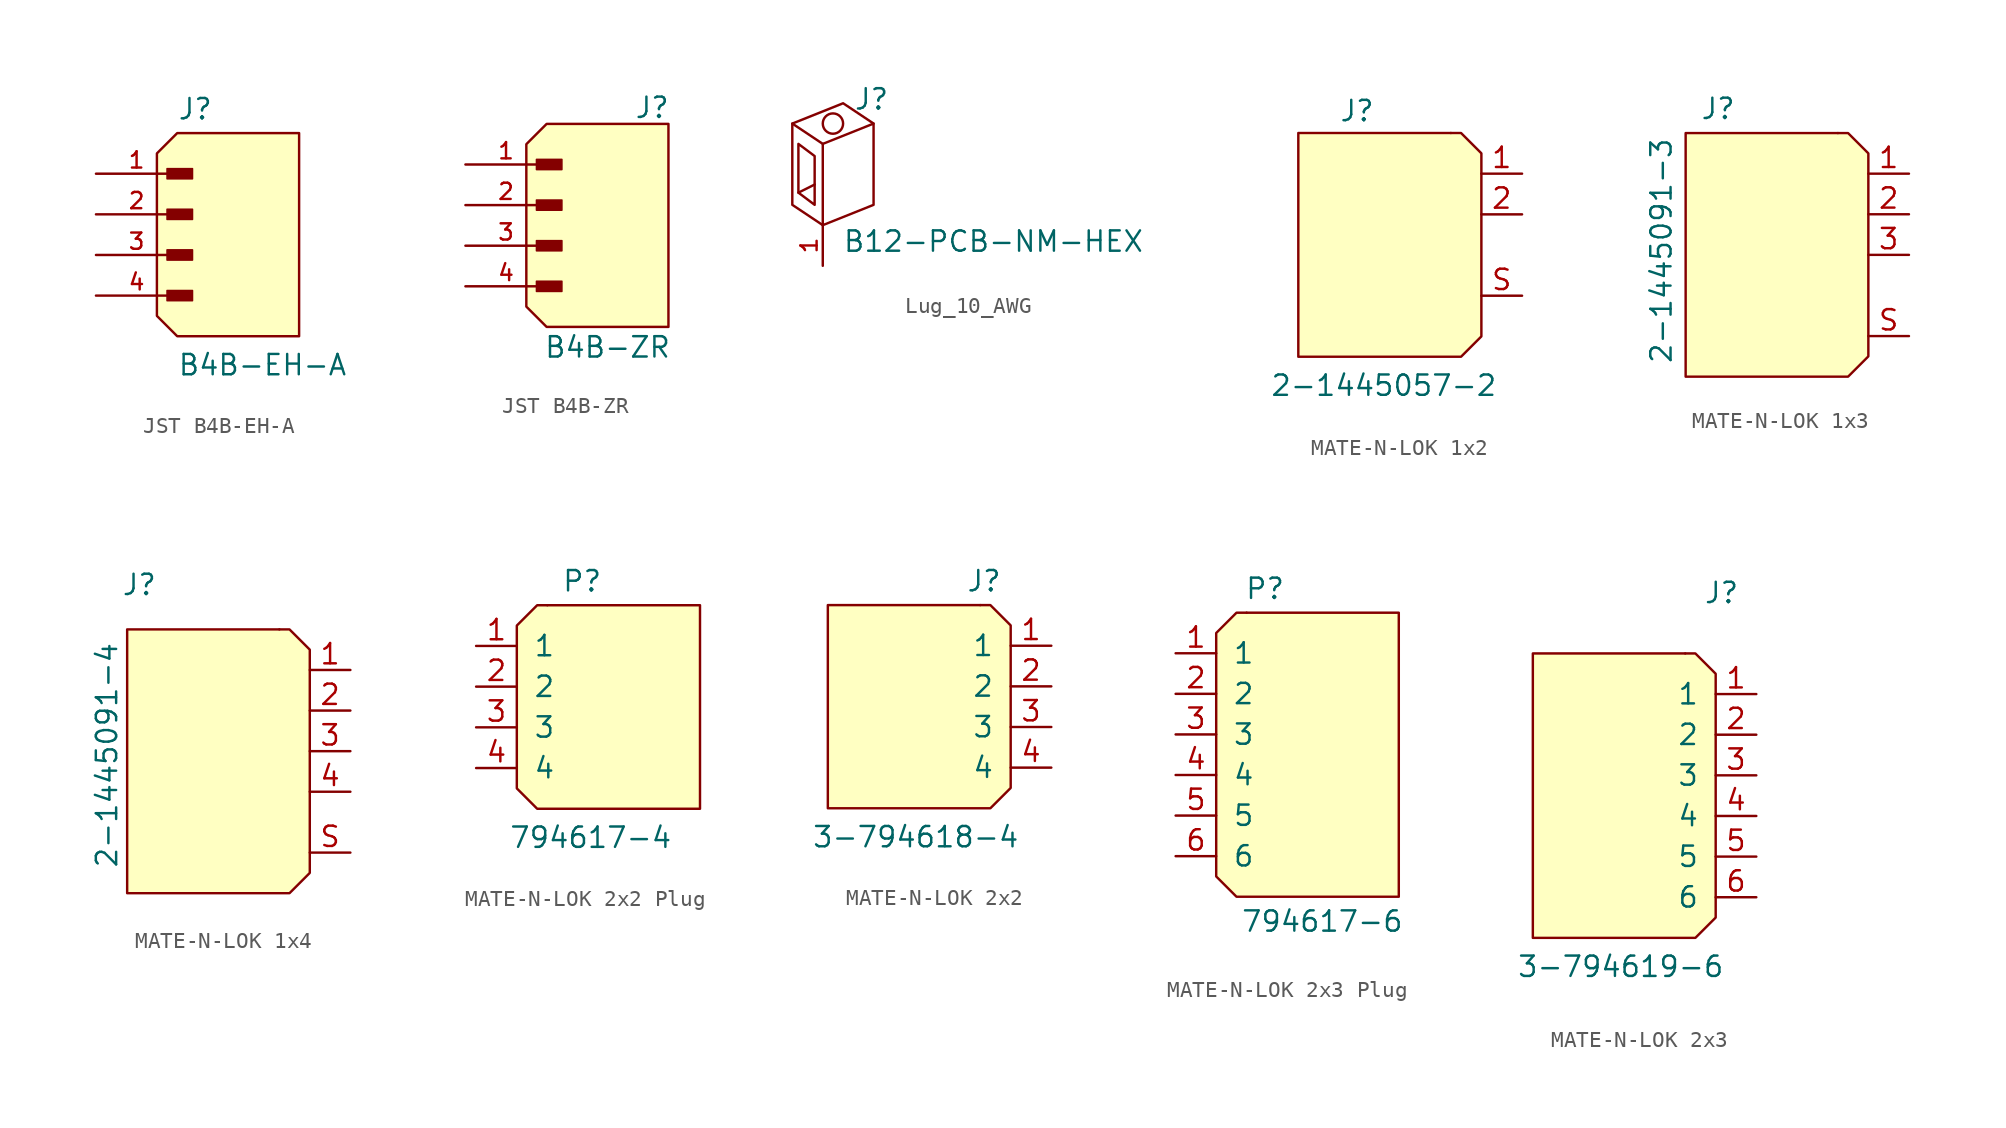
<source format=kicad_sym>
(kicad_symbol_lib
  (version 20231120)
  (generator "kicad_symbol_editor")
  (generator_version "8.0")
  (symbol "JST B4B-EH-A"
    (pin_names
      (offset 1.016) hide)
    (property "Reference" "J"
      (at -2.54 8.382 0)
      (effects (font (size 1.27 1.27)) (justify left bottom)))
    (property "Value" "B4B-EH-A"
      (at -2.54 -7.62 0)
      (effects (font (size 1.27 1.27)) (justify left bottom)))
    (symbol "JST B4B-EH-A_0_0"
      (rectangle (start -3.175 -2.857) (end -1.587 -2.223) (stroke (width 0.1) (type default)) (fill (type outline)))
      (rectangle (start -3.175 -0.318) (end -1.587 0.318) (stroke (width 0.1) (type default)) (fill (type outline)))
      (rectangle (start -3.175 2.223) (end -1.587 2.857) (stroke (width 0.1) (type default)) (fill (type outline)))
      (rectangle (start -3.175 4.763) (end -1.587 5.397) (stroke (width 0.1) (type default)) (fill (type outline)))
      (pin passive line (at -7.62 5.08 0) (length 5.08) (name "1" (effects (font (size 1.016 1.016)))) (number "1" (effects (font (size 1.016 1.016)))))
      (pin passive line (at -7.62 2.54 0) (length 5.08) (name "2" (effects (font (size 1.016 1.016)))) (number "2" (effects (font (size 1.016 1.016)))))
      (pin passive line (at -7.62 0 0) (length 5.08) (name "3" (effects (font (size 1.016 1.016)))) (number "3" (effects (font (size 1.016 1.016)))))
      (pin passive line (at -7.62 -2.54 0) (length 5.08) (name "4" (effects (font (size 1.016 1.016)))) (number "4" (effects (font (size 1.016 1.016))))))
    (symbol "JST B4B-EH-A_1_1"
      (polyline (pts (xy 5.08 7.62) (xy -2.54 7.62) (xy -3.81 6.35) (xy -3.81 -3.81) (xy -2.54 -5.08) (xy 5.08 -5.08) (xy 5.08 7.62)) (stroke (width 0) (type default)) (fill (type background)))))
  (symbol "JST B4B-ZR"
    (pin_names
      (offset 1.016) hide)
    (property "Reference" "J"
      (at 2.794 7.366 0)
      (effects (font (size 1.27 1.27))))
    (property "Value" "B4B-ZR"
      (at 0 -7.62 0)
      (effects (font (size 1.27 1.27))))
    (symbol "JST B4B-ZR_0_0"
      (rectangle (start -4.445 -4.128) (end -2.857 -3.493) (stroke (width 0.1) (type default)) (fill (type outline)))
      (rectangle (start -4.445 -1.587) (end -2.857 -0.953) (stroke (width 0.1) (type default)) (fill (type outline)))
      (rectangle (start -4.445 0.953) (end -2.857 1.587) (stroke (width 0.1) (type default)) (fill (type outline)))
      (rectangle (start -4.445 3.493) (end -2.857 4.128) (stroke (width 0.1) (type default)) (fill (type outline)))
      (pin passive line (at -8.89 3.81 0) (length 5.08) (name "1" (effects (font (size 1.016 1.016)))) (number "1" (effects (font (size 1.016 1.016)))))
      (pin passive line (at -8.89 1.27 0) (length 5.08) (name "2" (effects (font (size 1.016 1.016)))) (number "2" (effects (font (size 1.016 1.016)))))
      (pin passive line (at -8.89 -1.27 0) (length 5.08) (name "3" (effects (font (size 1.016 1.016)))) (number "3" (effects (font (size 1.016 1.016)))))
      (pin passive line (at -8.89 -3.81 0) (length 5.08) (name "4" (effects (font (size 1.016 1.016)))) (number "4" (effects (font (size 1.016 1.016))))))
    (symbol "JST B4B-ZR_1_1"
      (polyline (pts (xy 3.81 6.35) (xy -3.81 6.35) (xy -5.08 5.08) (xy -5.08 -5.08) (xy -3.81 -6.35) (xy 3.81 -6.35) (xy 3.81 6.35)) (stroke (width 0) (type default)) (fill (type background)))))
  (symbol "Lug_10_AWG"
    (pin_names hide)
    (property "Reference" "J"
      (at 3.048 5.334 0)
      (effects (font (size 1.27 1.27))))
    (property "Value" "B12-PCB-NM-HEX"
      (at 10.668 -3.556 0)
      (effects (font (size 1.27 1.27))))
    (symbol "Lug_10_AWG_0_1"
      (polyline (pts (xy -1.524 -0.508) (xy -0.508 0)) (stroke (width 0) (type default)) (fill (type none)))
      (polyline (pts (xy 0 2.54) (xy -1.905 3.81)) (stroke (width 0) (type default)) (fill (type none)))
      (polyline (pts (xy -0.508 -1.27) (xy -1.524 -0.508) (xy -1.524 2.54) (xy -0.508 1.778) (xy -0.508 -1.27)) (stroke (width 0) (type default)) (fill (type none)))
      (polyline (pts (xy 0 -2.54) (xy -1.905 -1.27) (xy -1.905 3.81) (xy 1.27 5.08) (xy 3.175 3.81)) (stroke (width 0) (type default)) (fill (type none)))
      (polyline (pts (xy 0 -2.54) (xy 3.175 -1.27) (xy 3.175 3.81) (xy 0 2.54) (xy 0 -2.54)) (stroke (width 0) (type default)) (fill (type none)))
      (circle (center 0.635 3.81) (radius 0.635) (stroke (width 0) (type default)) (fill (type none))))
    (symbol "Lug_10_AWG_1_0"
      (pin passive line (at 0 -5.08 90) (length 2.54) (name "1" (effects (font (size 1.016 1.016)))) (number "1" (effects (font (size 1.016 1.016)))))))
  (symbol "MATE-N-LOK 1x2"
    (pin_names
      (offset 1.016) hide)
    (property "Reference" "J"
      (at -2.541 6.987 0)
      (effects (font (size 1.27 1.27)) (justify left bottom)))
    (property "Value" "2-1445057-2"
      (at -6.858 -10.16 0)
      (effects (font (size 1.27 1.27)) (justify left bottom)))
    (symbol "MATE-N-LOK 1x2_0_1"
      (polyline (pts (xy 4.445 6.35) (xy 4.445 6.35)) (stroke (width 0) (type default)) (fill (type none))))
    (symbol "MATE-N-LOK 1x2_1_1"
      (polyline (pts (xy -5.08 6.35) (xy -5.08 -7.62) (xy 5.08 -7.62) (xy 6.35 -6.35) (xy 6.35 5.08) (xy 5.08 6.35) (xy -5.08 6.35)) (stroke (width 0) (type default)) (fill (type background)))
      (pin passive line (at 8.89 3.81 180) (length 2.54) (name "1" (effects (font (size 1.27 1.27)))) (number "1" (effects (font (size 1.27 1.27)))))
      (pin passive line (at 8.89 1.27 180) (length 2.54) (name "2" (effects (font (size 1.27 1.27)))) (number "2" (effects (font (size 1.27 1.27)))))
      (pin passive line (at 8.89 -3.81 180) (length 2.54) (name "SHIELD" (effects (font (size 1.27 1.27)))) (number "S" (effects (font (size 1.27 1.27)))))))
  (symbol "MATE-N-LOK 1x3"
    (pin_names hide)
    (property "Reference" "J"
      (at -4.318 10.414 0)
      (effects (font (size 1.27 1.27))))
    (property "Value" "2-1445091-3"
      (at -7.874 1.524 90)
      (effects (font (size 1.27 1.27))))
    (symbol "MATE-N-LOK 1x3_0_1"
      (polyline (pts (xy 3.175 8.89) (xy 3.175 8.89)) (stroke (width 0) (type default)) (fill (type none))))
    (symbol "MATE-N-LOK 1x3_1_1"
      (polyline (pts (xy -6.35 8.89) (xy -6.35 -6.35) (xy 3.81 -6.35) (xy 5.08 -5.08) (xy 5.08 7.62) (xy 3.81 8.89) (xy -6.35 8.89)) (stroke (width 0) (type default)) (fill (type background)))
      (pin passive line (at 7.62 6.35 180) (length 2.54) (name "1" (effects (font (size 1.27 1.27)))) (number "1" (effects (font (size 1.27 1.27)))))
      (pin passive line (at 7.62 3.81 180) (length 2.54) (name "2" (effects (font (size 1.27 1.27)))) (number "2" (effects (font (size 1.27 1.27)))))
      (pin passive line (at 7.62 1.27 180) (length 2.54) (name "3" (effects (font (size 1.27 1.27)))) (number "3" (effects (font (size 1.27 1.27)))))
      (pin passive line (at 7.62 -3.81 180) (length 2.54) (name "SHIELD" (effects (font (size 1.27 1.27)))) (number "S" (effects (font (size 1.27 1.27)))))))
  (symbol "MATE-N-LOK 1x4"
    (pin_names hide)
    (property "Reference" "J"
      (at -4.318 10.414 0)
      (effects (font (size 1.27 1.27))))
    (property "Value" "2-1445091-4"
      (at -6.35 -0.254 90)
      (effects (font (size 1.27 1.27))))
    (symbol "MATE-N-LOK 1x4_0_1"
      (polyline (pts (xy 4.445 7.62) (xy 4.445 7.62)) (stroke (width 0) (type default)) (fill (type none))))
    (symbol "MATE-N-LOK 1x4_1_1"
      (polyline (pts (xy -5.08 7.62) (xy -5.08 -8.89) (xy 5.08 -8.89) (xy 6.35 -7.62) (xy 6.35 6.35) (xy 5.08 7.62) (xy -5.08 7.62)) (stroke (width 0) (type default)) (fill (type background)))
      (pin passive line (at 8.89 5.08 180) (length 2.54) (name "1" (effects (font (size 1.27 1.27)))) (number "1" (effects (font (size 1.27 1.27)))))
      (pin passive line (at 8.89 2.54 180) (length 2.54) (name "2" (effects (font (size 1.27 1.27)))) (number "2" (effects (font (size 1.27 1.27)))))
      (pin passive line (at 8.89 0 180) (length 2.54) (name "3" (effects (font (size 1.27 1.27)))) (number "3" (effects (font (size 1.27 1.27)))))
      (pin passive line (at 8.89 -2.54 180) (length 2.54) (name "4" (effects (font (size 1.27 1.27)))) (number "4" (effects (font (size 1.27 1.27)))))
      (pin passive line (at 8.89 -6.35 180) (length 2.54) (name "SHIELD" (effects (font (size 1.27 1.27)))) (number "S" (effects (font (size 1.27 1.27)))))))
  (symbol "MATE-N-LOK 2x2 Plug"
    (pin_names
      (offset 1.016))
    (property "Reference" "P"
      (at -3.556 10.922 0)
      (effects (font (size 1.27 1.27)) (justify left bottom)))
    (property "Value" "794617-4"
      (at -6.858 -5.08 0)
      (effects (font (size 1.27 1.27)) (justify left bottom)))
    (symbol "MATE-N-LOK 2x2 Plug_0_1"
      (polyline (pts (xy -4.445 10.16) (xy -4.445 10.16)) (stroke (width 0) (type default)) (fill (type none))))
    (symbol "MATE-N-LOK 2x2 Plug_1_1"
      (polyline (pts (xy 5.08 10.16) (xy 5.08 -2.54) (xy -5.08 -2.54) (xy -6.35 -1.27) (xy -6.35 8.89) (xy -5.08 10.16) (xy 5.08 10.16)) (stroke (width 0) (type default)) (fill (type background)))
      (pin passive line (at -8.89 7.62 0) (length 2.54) (name "1" (effects (font (size 1.27 1.27)))) (number "1" (effects (font (size 1.27 1.27)))))
      (pin passive line (at -8.89 5.08 0) (length 2.54) (name "2" (effects (font (size 1.27 1.27)))) (number "2" (effects (font (size 1.27 1.27)))))
      (pin passive line (at -8.89 2.54 0) (length 2.54) (name "3" (effects (font (size 1.27 1.27)))) (number "3" (effects (font (size 1.27 1.27)))))
      (pin passive line (at -8.89 0 0) (length 2.54) (name "4" (effects (font (size 1.27 1.27)))) (number "4" (effects (font (size 1.27 1.27)))))))
  (symbol "MATE-N-LOK 2x2"
    (pin_names
      (offset 1.016))
    (property "Reference" "J"
      (at 3.556 12.192 0)
      (effects (font (size 1.27 1.27)) (justify left bottom)))
    (property "Value" "3-794618-4"
      (at -6.096 -3.81 0)
      (effects (font (size 1.27 1.27)) (justify left bottom)))
    (symbol "MATE-N-LOK 2x2_0_1"
      (polyline (pts (xy 4.445 11.43) (xy 4.445 11.43)) (stroke (width 0) (type default)) (fill (type none))))
    (symbol "MATE-N-LOK 2x2_1_1"
      (polyline (pts (xy -5.08 11.43) (xy -5.08 -1.27) (xy 5.08 -1.27) (xy 6.35 0) (xy 6.35 10.16) (xy 5.08 11.43) (xy -5.08 11.43)) (stroke (width 0) (type default)) (fill (type background)))
      (pin passive line (at 8.89 8.89 180) (length 2.54) (name "1" (effects (font (size 1.27 1.27)))) (number "1" (effects (font (size 1.27 1.27)))))
      (pin passive line (at 8.89 6.35 180) (length 2.54) (name "2" (effects (font (size 1.27 1.27)))) (number "2" (effects (font (size 1.27 1.27)))))
      (pin passive line (at 8.89 3.81 180) (length 2.54) (name "3" (effects (font (size 1.27 1.27)))) (number "3" (effects (font (size 1.27 1.27)))))
      (pin passive line (at 8.89 1.27 180) (length 2.54) (name "4" (effects (font (size 1.27 1.27)))) (number "4" (effects (font (size 1.27 1.27)))))))
  (symbol "MATE-N-LOK 2x3 Plug"
    (pin_names
      (offset 1.016))
    (property "Reference" "P"
      (at -3.302 9.652 0)
      (effects (font (size 1.27 1.27)) (justify left bottom)))
    (property "Value" "794617-6"
      (at -3.556 -11.176 0)
      (effects (font (size 1.27 1.27)) (justify left bottom)))
    (symbol "MATE-N-LOK 2x3 Plug_0_1"
      (polyline (pts (xy -3.175 8.89) (xy -3.175 8.89)) (stroke (width 0) (type default)) (fill (type none))))
    (symbol "MATE-N-LOK 2x3 Plug_1_1"
      (polyline (pts (xy 6.35 8.89) (xy 6.35 -8.89) (xy -3.81 -8.89) (xy -5.08 -7.62) (xy -5.08 7.62) (xy -3.81 8.89) (xy 6.35 8.89)) (stroke (width 0) (type default)) (fill (type background)))
      (pin passive line (at -7.62 6.35 0) (length 2.54) (name "1" (effects (font (size 1.27 1.27)))) (number "1" (effects (font (size 1.27 1.27)))))
      (pin passive line (at -7.62 3.81 0) (length 2.54) (name "2" (effects (font (size 1.27 1.27)))) (number "2" (effects (font (size 1.27 1.27)))))
      (pin passive line (at -7.62 1.27 0) (length 2.54) (name "3" (effects (font (size 1.27 1.27)))) (number "3" (effects (font (size 1.27 1.27)))))
      (pin passive line (at -7.62 -1.27 0) (length 2.54) (name "4" (effects (font (size 1.27 1.27)))) (number "4" (effects (font (size 1.27 1.27)))))
      (pin passive line (at -7.62 -3.81 0) (length 2.54) (name "5" (effects (font (size 1.27 1.27)))) (number "5" (effects (font (size 1.27 1.27)))))
      (pin passive line (at -7.62 -6.35 0) (length 2.54) (name "6" (effects (font (size 1.27 1.27)))) (number "6" (effects (font (size 1.27 1.27)))))))
  (symbol "MATE-N-LOK 2x3"
    (pin_names
      (offset 1.016))
    (property "Reference" "J"
      (at 4.318 13.208 0)
      (effects (font (size 1.27 1.27)) (justify left bottom)))
    (property "Value" "3-794619-6"
      (at -7.366 -10.16 0)
      (effects (font (size 1.27 1.27)) (justify left bottom)))
    (symbol "MATE-N-LOK 2x3_0_1"
      (polyline (pts (xy 3.175 10.16) (xy 3.175 10.16)) (stroke (width 0) (type default)) (fill (type none))))
    (symbol "MATE-N-LOK 2x3_1_1"
      (polyline (pts (xy -6.35 10.16) (xy -6.35 -7.62) (xy 3.81 -7.62) (xy 5.08 -6.35) (xy 5.08 8.89) (xy 3.81 10.16) (xy -6.35 10.16)) (stroke (width 0) (type default)) (fill (type background)))
      (pin passive line (at 7.62 7.62 180) (length 2.54) (name "1" (effects (font (size 1.27 1.27)))) (number "1" (effects (font (size 1.27 1.27)))))
      (pin passive line (at 7.62 5.08 180) (length 2.54) (name "2" (effects (font (size 1.27 1.27)))) (number "2" (effects (font (size 1.27 1.27)))))
      (pin passive line (at 7.62 2.54 180) (length 2.54) (name "3" (effects (font (size 1.27 1.27)))) (number "3" (effects (font (size 1.27 1.27)))))
      (pin passive line (at 7.62 0 180) (length 2.54) (name "4" (effects (font (size 1.27 1.27)))) (number "4" (effects (font (size 1.27 1.27)))))
      (pin passive line (at 7.62 -2.54 180) (length 2.54) (name "5" (effects (font (size 1.27 1.27)))) (number "5" (effects (font (size 1.27 1.27)))))
      (pin passive line (at 7.62 -5.08 180) (length 2.54) (name "6" (effects (font (size 1.27 1.27)))) (number "6" (effects (font (size 1.27 1.27))))))))
</source>
